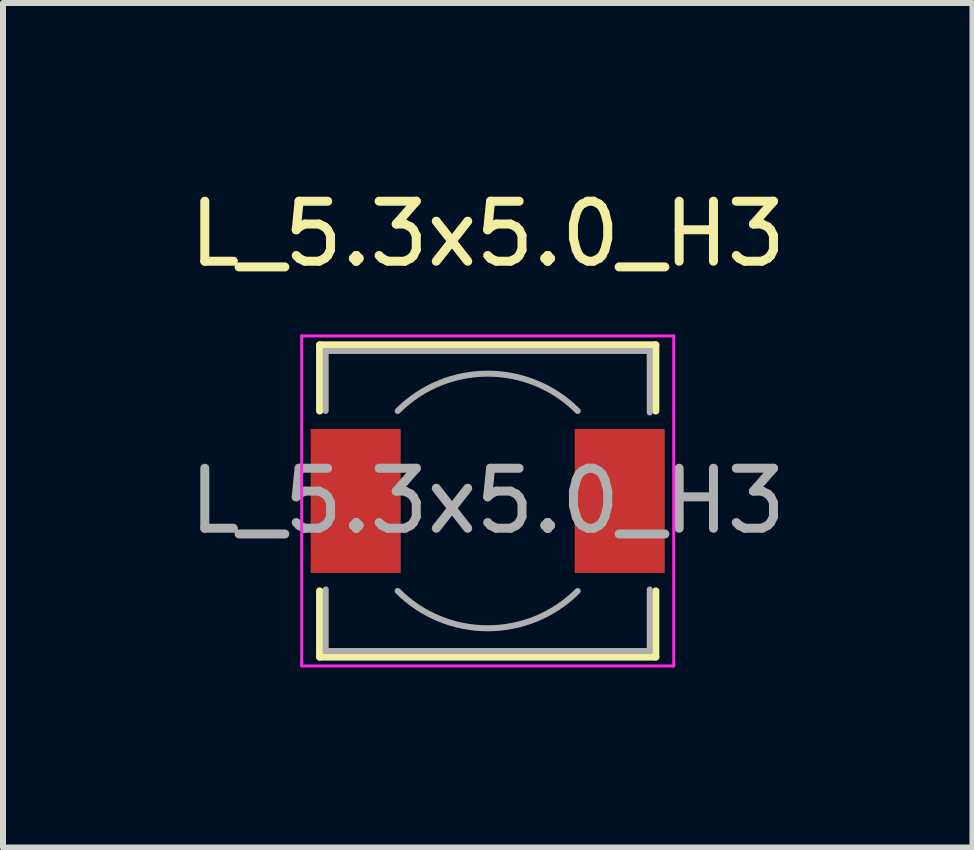
<source format=kicad_pcb>
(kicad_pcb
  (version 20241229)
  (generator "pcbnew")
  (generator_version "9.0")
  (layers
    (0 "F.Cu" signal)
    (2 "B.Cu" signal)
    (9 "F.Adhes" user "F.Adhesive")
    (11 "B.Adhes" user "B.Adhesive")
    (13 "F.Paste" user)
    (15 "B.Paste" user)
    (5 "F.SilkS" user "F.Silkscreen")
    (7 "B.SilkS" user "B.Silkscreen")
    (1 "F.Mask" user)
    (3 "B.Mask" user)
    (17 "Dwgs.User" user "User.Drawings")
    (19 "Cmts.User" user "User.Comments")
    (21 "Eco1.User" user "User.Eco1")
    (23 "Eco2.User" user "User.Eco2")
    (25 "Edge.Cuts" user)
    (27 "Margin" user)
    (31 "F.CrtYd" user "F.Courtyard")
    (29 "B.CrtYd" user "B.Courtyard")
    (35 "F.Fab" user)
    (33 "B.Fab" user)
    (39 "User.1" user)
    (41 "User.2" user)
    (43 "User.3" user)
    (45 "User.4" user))
  (footprint "L_5.3x5.0_H3"
    (layer "F.Cu")
    (at 5.077 5.298)
    (property "Reference" "L_5.3x5.0_H3" (at 0 -4.45 0) (layer "F.SilkS") (effects (font (size 1 1) (thickness 0.15))))
    (attr smd)
    (fp_line (start -2.8 -2.6) (end 2.8 -2.6) (stroke (width 0.12) (type solid)) (layer "F.SilkS"))
    (fp_line (start -2.8 -1.5) (end -2.8 -2.6) (stroke (width 0.12) (type solid)) (layer "F.SilkS"))
    (fp_line (start -2.8 2.6) (end -2.8 1.5) (stroke (width 0.12) (type solid)) (layer "F.SilkS"))
    (fp_line (start 2.8 -2.6) (end 2.8 -1.5) (stroke (width 0.12) (type solid)) (layer "F.SilkS"))
    (fp_line (start 2.8 1.5) (end 2.8 2.6) (stroke (width 0.12) (type solid)) (layer "F.SilkS"))
    (fp_line (start 2.8 2.6) (end -2.8 2.6) (stroke (width 0.12) (type solid)) (layer "F.SilkS"))
    (fp_line (start -3.1 -2.75) (end -3.1 2.75) (stroke (width 0.05) (type solid)) (layer "F.CrtYd"))
    (fp_line (start -3.1 2.75) (end 3.1 2.75) (stroke (width 0.05) (type solid)) (layer "F.CrtYd"))
    (fp_line (start 3.1 -2.75) (end -3.1 -2.75) (stroke (width 0.05) (type solid)) (layer "F.CrtYd"))
    (fp_line (start 3.1 2.75) (end 3.1 -2.75) (stroke (width 0.05) (type solid)) (layer "F.CrtYd"))
    (fp_line (start -2.7 -2.5) (end -2.7 -1.5) (stroke (width 0.1) (type solid)) (layer "F.Fab"))
    (fp_line (start -2.7 -2.5) (end 2.7 -2.5) (stroke (width 0.1) (type solid)) (layer "F.Fab"))
    (fp_line (start -2.7 2.5) (end -2.7 1.475) (stroke (width 0.1) (type solid)) (layer "F.Fab"))
    (fp_line (start -2.7 2.5) (end 2.7 2.5) (stroke (width 0.1) (type solid)) (layer "F.Fab"))
    (fp_line (start 2.7 -2.5) (end 2.7 -1.475) (stroke (width 0.1) (type solid)) (layer "F.Fab"))
    (fp_line (start 2.7 2.5) (end 2.7 1.475) (stroke (width 0.1) (type solid)) (layer "F.Fab"))
    (fp_arc (start -1.5 -1.5) (mid 0 -2.12132) (end 1.5 -1.5) (stroke (width 0.1) (type solid)) (layer "F.Fab"))
    (fp_arc (start 1.5 1.5) (mid 0 2.12132) (end -1.5 1.5) (stroke (width 0.1) (type solid)) (layer "F.Fab"))
    (fp_text user "${REFERENCE}" (at 0 0 0) (layer "F.Fab") (effects (font (size 1 1) (thickness 0.15))))
    (pad "1" smd rect (at -2.2 0) (size 1.5 2.4) (layers "F.Cu" "F.Mask" "F.Paste"))
    (pad "2" smd rect (at 2.2 0) (size 1.5 2.4) (layers "F.Cu" "F.Mask" "F.Paste")))
  (gr_rect
    (start -3 -3)
    (end 13.155 11.073)
    (stroke (width 0.1) (type default))
    (fill no)
    (layer "Edge.Cuts")))
</source>
